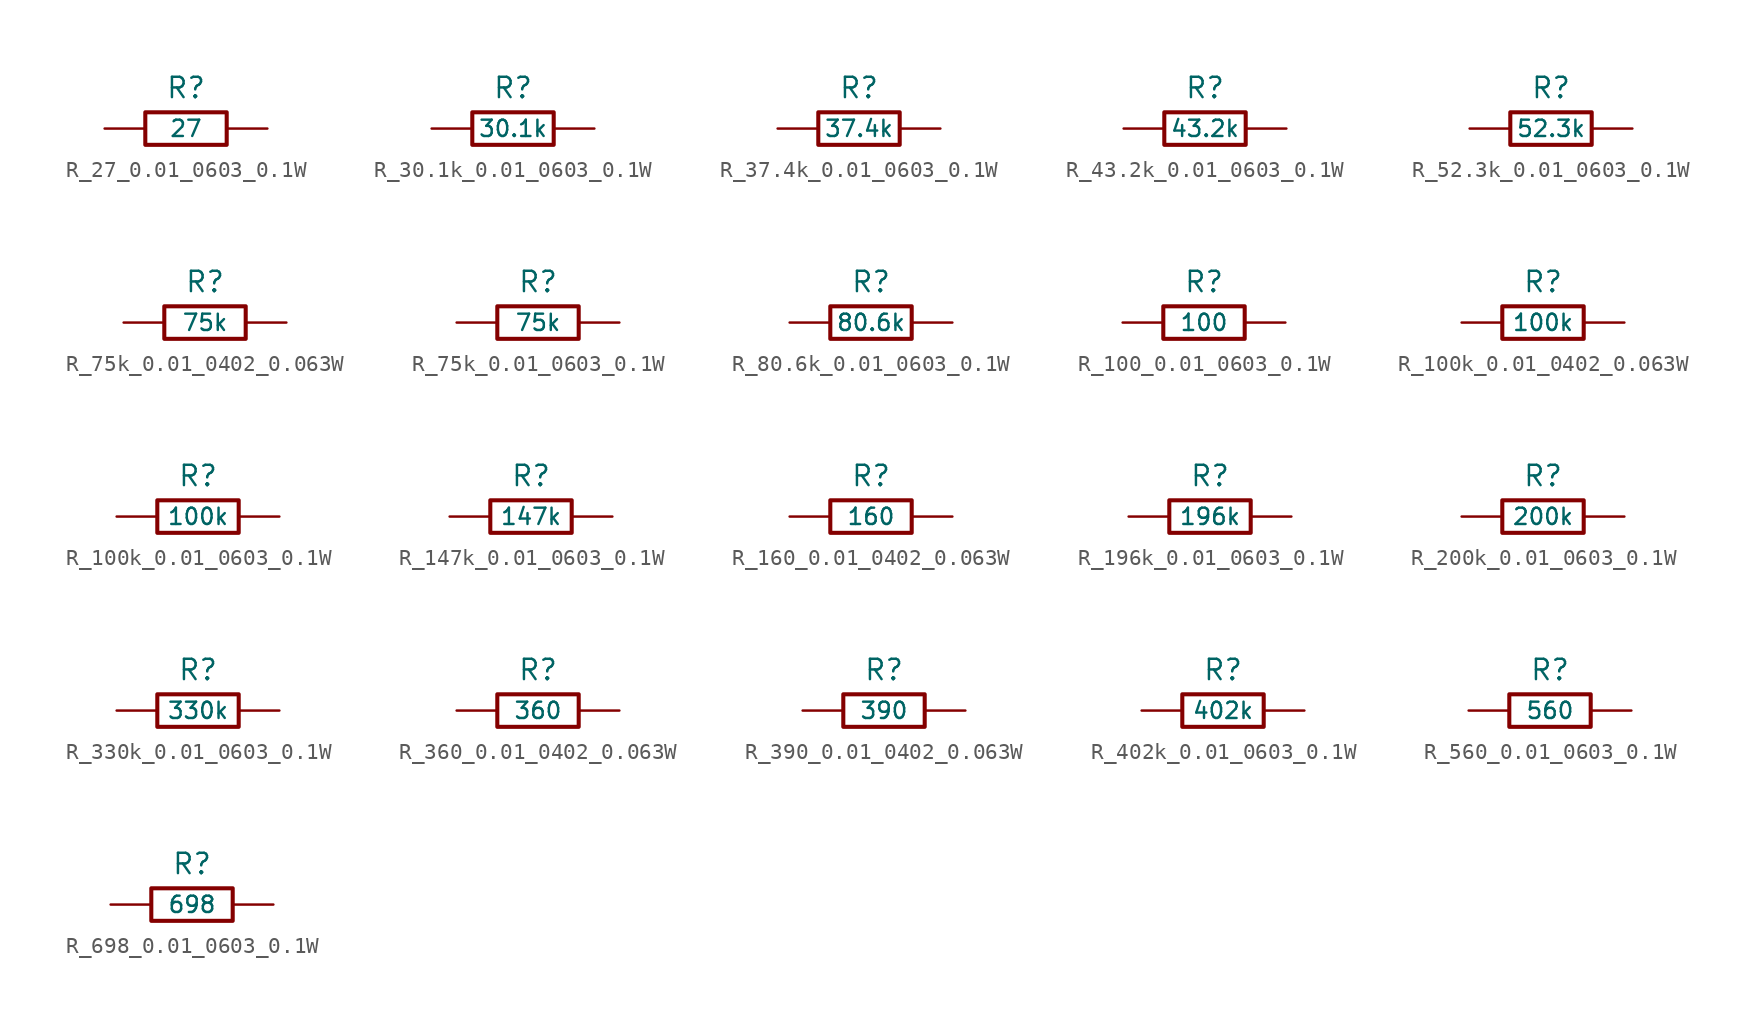
<source format=kicad_sym>
(kicad_symbol_lib
  (version 20241209)
  (generator "kicad_symbol_editor")
  (generator_version "9.0")
  (symbol "R_27_0.01_0603_0.1W"
    (pin_numbers
      (hide yes))
    (pin_names
      (offset 0))
    (property "Reference" "R"
      (at 0 2.54 0)
      (effects (font (size 1.27 1.27))))
    (property "Value" "27"
      (at 0 0 0)
      (effects (font (size 1.016 1.016))))
    (symbol "R_27_0.01_0603_0.1W_0_1"
      (rectangle (start -2.54 -1.016) (end 2.54 1.016) (stroke (width 0.254) (type default)) (fill (type none))))
    (symbol "R_27_0.01_0603_0.1W_1_1"
      (pin passive line (at -5.08 0 0) (length 2.54) (name "~" (effects (font (size 1.27 1.27)))) (number "1" (effects (font (size 1.27 1.27)))))
      (pin passive line (at 5.08 0 180) (length 2.54) (name "~" (effects (font (size 1.27 1.27)))) (number "2" (effects (font (size 1.27 1.27)))))))
  (symbol "R_30.1k_0.01_0603_0.1W"
    (pin_numbers
      (hide yes))
    (pin_names
      (offset 0))
    (property "Reference" "R"
      (at 0 2.54 0)
      (effects (font (size 1.27 1.27))))
    (property "Value" "30.1k"
      (at 0 0 0)
      (effects (font (size 1.016 1.016))))
    (symbol "R_30.1k_0.01_0603_0.1W_0_1"
      (rectangle (start -2.54 -1.016) (end 2.54 1.016) (stroke (width 0.254) (type default)) (fill (type none))))
    (symbol "R_30.1k_0.01_0603_0.1W_1_1"
      (pin passive line (at -5.08 0 0) (length 2.54) (name "~" (effects (font (size 1.27 1.27)))) (number "1" (effects (font (size 1.27 1.27)))))
      (pin passive line (at 5.08 0 180) (length 2.54) (name "~" (effects (font (size 1.27 1.27)))) (number "2" (effects (font (size 1.27 1.27)))))))
  (symbol "R_37.4k_0.01_0603_0.1W"
    (pin_numbers
      (hide yes))
    (pin_names
      (offset 0))
    (property "Reference" "R"
      (at 0 2.54 0)
      (effects (font (size 1.27 1.27))))
    (property "Value" "37.4k"
      (at 0 0 0)
      (effects (font (size 1.016 1.016))))
    (symbol "R_37.4k_0.01_0603_0.1W_0_1"
      (rectangle (start -2.54 -1.016) (end 2.54 1.016) (stroke (width 0.254) (type default)) (fill (type none))))
    (symbol "R_37.4k_0.01_0603_0.1W_1_1"
      (pin passive line (at -5.08 0 0) (length 2.54) (name "~" (effects (font (size 1.27 1.27)))) (number "1" (effects (font (size 1.27 1.27)))))
      (pin passive line (at 5.08 0 180) (length 2.54) (name "~" (effects (font (size 1.27 1.27)))) (number "2" (effects (font (size 1.27 1.27)))))))
  (symbol "R_43.2k_0.01_0603_0.1W"
    (pin_numbers
      (hide yes))
    (pin_names
      (offset 0))
    (property "Reference" "R"
      (at 0 2.54 0)
      (effects (font (size 1.27 1.27))))
    (property "Value" "43.2k"
      (at 0 0 0)
      (effects (font (size 1.016 1.016))))
    (symbol "R_43.2k_0.01_0603_0.1W_0_1"
      (rectangle (start -2.54 -1.016) (end 2.54 1.016) (stroke (width 0.254) (type default)) (fill (type none))))
    (symbol "R_43.2k_0.01_0603_0.1W_1_1"
      (pin passive line (at -5.08 0 0) (length 2.54) (name "~" (effects (font (size 1.27 1.27)))) (number "1" (effects (font (size 1.27 1.27)))))
      (pin passive line (at 5.08 0 180) (length 2.54) (name "~" (effects (font (size 1.27 1.27)))) (number "2" (effects (font (size 1.27 1.27)))))))
  (symbol "R_52.3k_0.01_0603_0.1W"
    (pin_numbers
      (hide yes))
    (pin_names
      (offset 0))
    (property "Reference" "R"
      (at 0 2.54 0)
      (effects (font (size 1.27 1.27))))
    (property "Value" "52.3k"
      (at 0 0 0)
      (effects (font (size 1.016 1.016))))
    (symbol "R_52.3k_0.01_0603_0.1W_0_1"
      (rectangle (start -2.54 -1.016) (end 2.54 1.016) (stroke (width 0.254) (type default)) (fill (type none))))
    (symbol "R_52.3k_0.01_0603_0.1W_1_1"
      (pin passive line (at -5.08 0 0) (length 2.54) (name "~" (effects (font (size 1.27 1.27)))) (number "1" (effects (font (size 1.27 1.27)))))
      (pin passive line (at 5.08 0 180) (length 2.54) (name "~" (effects (font (size 1.27 1.27)))) (number "2" (effects (font (size 1.27 1.27)))))))
  (symbol "R_75k_0.01_0402_0.063W"
    (pin_numbers
      (hide yes))
    (pin_names
      (offset 0))
    (property "Reference" "R"
      (at 0 2.54 0)
      (effects (font (size 1.27 1.27))))
    (property "Value" "75k"
      (at 0 0 0)
      (effects (font (size 1.016 1.016))))
    (symbol "R_75k_0.01_0402_0.063W_0_1"
      (rectangle (start -2.54 -1.016) (end 2.54 1.016) (stroke (width 0.254) (type default)) (fill (type none))))
    (symbol "R_75k_0.01_0402_0.063W_1_1"
      (pin passive line (at -5.08 0 0) (length 2.54) (name "~" (effects (font (size 1.27 1.27)))) (number "1" (effects (font (size 1.27 1.27)))))
      (pin passive line (at 5.08 0 180) (length 2.54) (name "~" (effects (font (size 1.27 1.27)))) (number "2" (effects (font (size 1.27 1.27)))))))
  (symbol "R_75k_0.01_0603_0.1W"
    (pin_numbers
      (hide yes))
    (pin_names
      (offset 0))
    (property "Reference" "R"
      (at 0 2.54 0)
      (effects (font (size 1.27 1.27))))
    (property "Value" "75k"
      (at 0 0 0)
      (effects (font (size 1.016 1.016))))
    (symbol "R_75k_0.01_0603_0.1W_0_1"
      (rectangle (start -2.54 -1.016) (end 2.54 1.016) (stroke (width 0.254) (type default)) (fill (type none))))
    (symbol "R_75k_0.01_0603_0.1W_1_1"
      (pin passive line (at -5.08 0 0) (length 2.54) (name "~" (effects (font (size 1.27 1.27)))) (number "1" (effects (font (size 1.27 1.27)))))
      (pin passive line (at 5.08 0 180) (length 2.54) (name "~" (effects (font (size 1.27 1.27)))) (number "2" (effects (font (size 1.27 1.27)))))))
  (symbol "R_80.6k_0.01_0603_0.1W"
    (pin_numbers
      (hide yes))
    (pin_names
      (offset 0))
    (property "Reference" "R"
      (at 0 2.54 0)
      (effects (font (size 1.27 1.27))))
    (property "Value" "80.6k"
      (at 0 0 0)
      (effects (font (size 1.016 1.016))))
    (symbol "R_80.6k_0.01_0603_0.1W_0_1"
      (rectangle (start -2.54 -1.016) (end 2.54 1.016) (stroke (width 0.254) (type default)) (fill (type none))))
    (symbol "R_80.6k_0.01_0603_0.1W_1_1"
      (pin passive line (at -5.08 0 0) (length 2.54) (name "~" (effects (font (size 1.27 1.27)))) (number "1" (effects (font (size 1.27 1.27)))))
      (pin passive line (at 5.08 0 180) (length 2.54) (name "~" (effects (font (size 1.27 1.27)))) (number "2" (effects (font (size 1.27 1.27)))))))
  (symbol "R_100_0.01_0603_0.1W"
    (pin_numbers
      (hide yes))
    (pin_names
      (offset 0))
    (property "Reference" "R"
      (at 0 2.54 0)
      (effects (font (size 1.27 1.27))))
    (property "Value" "100"
      (at 0 0 0)
      (effects (font (size 1.016 1.016))))
    (symbol "R_100_0.01_0603_0.1W_0_1"
      (rectangle (start -2.54 -1.016) (end 2.54 1.016) (stroke (width 0.254) (type default)) (fill (type none))))
    (symbol "R_100_0.01_0603_0.1W_1_1"
      (pin passive line (at -5.08 0 0) (length 2.54) (name "~" (effects (font (size 1.27 1.27)))) (number "1" (effects (font (size 1.27 1.27)))))
      (pin passive line (at 5.08 0 180) (length 2.54) (name "~" (effects (font (size 1.27 1.27)))) (number "2" (effects (font (size 1.27 1.27)))))))
  (symbol "R_100k_0.01_0402_0.063W"
    (pin_numbers
      (hide yes))
    (pin_names
      (offset 0))
    (property "Reference" "R"
      (at 0 2.54 0)
      (effects (font (size 1.27 1.27))))
    (property "Value" "100k"
      (at 0 0 0)
      (effects (font (size 1.016 1.016))))
    (symbol "R_100k_0.01_0402_0.063W_0_1"
      (rectangle (start -2.54 -1.016) (end 2.54 1.016) (stroke (width 0.254) (type default)) (fill (type none))))
    (symbol "R_100k_0.01_0402_0.063W_1_1"
      (pin passive line (at -5.08 0 0) (length 2.54) (name "~" (effects (font (size 1.27 1.27)))) (number "1" (effects (font (size 1.27 1.27)))))
      (pin passive line (at 5.08 0 180) (length 2.54) (name "~" (effects (font (size 1.27 1.27)))) (number "2" (effects (font (size 1.27 1.27)))))))
  (symbol "R_100k_0.01_0603_0.1W"
    (pin_numbers
      (hide yes))
    (pin_names
      (offset 0))
    (property "Reference" "R"
      (at 0 2.54 0)
      (effects (font (size 1.27 1.27))))
    (property "Value" "100k"
      (at 0 0 0)
      (effects (font (size 1.016 1.016))))
    (symbol "R_100k_0.01_0603_0.1W_0_1"
      (rectangle (start -2.54 -1.016) (end 2.54 1.016) (stroke (width 0.254) (type default)) (fill (type none))))
    (symbol "R_100k_0.01_0603_0.1W_1_1"
      (pin passive line (at -5.08 0 0) (length 2.54) (name "~" (effects (font (size 1.27 1.27)))) (number "1" (effects (font (size 1.27 1.27)))))
      (pin passive line (at 5.08 0 180) (length 2.54) (name "~" (effects (font (size 1.27 1.27)))) (number "2" (effects (font (size 1.27 1.27)))))))
  (symbol "R_147k_0.01_0603_0.1W"
    (pin_numbers
      (hide yes))
    (pin_names
      (offset 0))
    (property "Reference" "R"
      (at 0 2.54 0)
      (effects (font (size 1.27 1.27))))
    (property "Value" "147k"
      (at 0 0 0)
      (effects (font (size 1.016 1.016))))
    (symbol "R_147k_0.01_0603_0.1W_0_1"
      (rectangle (start -2.54 -1.016) (end 2.54 1.016) (stroke (width 0.254) (type default)) (fill (type none))))
    (symbol "R_147k_0.01_0603_0.1W_1_1"
      (pin passive line (at -5.08 0 0) (length 2.54) (name "~" (effects (font (size 1.27 1.27)))) (number "1" (effects (font (size 1.27 1.27)))))
      (pin passive line (at 5.08 0 180) (length 2.54) (name "~" (effects (font (size 1.27 1.27)))) (number "2" (effects (font (size 1.27 1.27)))))))
  (symbol "R_160_0.01_0402_0.063W"
    (pin_numbers
      (hide yes))
    (pin_names
      (offset 0))
    (property "Reference" "R"
      (at 0 2.54 0)
      (effects (font (size 1.27 1.27))))
    (property "Value" "160"
      (at 0 0 0)
      (effects (font (size 1.016 1.016))))
    (symbol "R_160_0.01_0402_0.063W_0_1"
      (rectangle (start -2.54 -1.016) (end 2.54 1.016) (stroke (width 0.254) (type default)) (fill (type none))))
    (symbol "R_160_0.01_0402_0.063W_1_1"
      (pin passive line (at -5.08 0 0) (length 2.54) (name "~" (effects (font (size 1.27 1.27)))) (number "1" (effects (font (size 1.27 1.27)))))
      (pin passive line (at 5.08 0 180) (length 2.54) (name "~" (effects (font (size 1.27 1.27)))) (number "2" (effects (font (size 1.27 1.27)))))))
  (symbol "R_196k_0.01_0603_0.1W"
    (pin_numbers
      (hide yes))
    (pin_names
      (offset 0))
    (property "Reference" "R"
      (at 0 2.54 0)
      (effects (font (size 1.27 1.27))))
    (property "Value" "196k"
      (at 0 0 0)
      (effects (font (size 1.016 1.016))))
    (symbol "R_196k_0.01_0603_0.1W_0_1"
      (rectangle (start -2.54 -1.016) (end 2.54 1.016) (stroke (width 0.254) (type default)) (fill (type none))))
    (symbol "R_196k_0.01_0603_0.1W_1_1"
      (pin passive line (at -5.08 0 0) (length 2.54) (name "~" (effects (font (size 1.27 1.27)))) (number "1" (effects (font (size 1.27 1.27)))))
      (pin passive line (at 5.08 0 180) (length 2.54) (name "~" (effects (font (size 1.27 1.27)))) (number "2" (effects (font (size 1.27 1.27)))))))
  (symbol "R_200k_0.01_0603_0.1W"
    (pin_numbers
      (hide yes))
    (pin_names
      (offset 0))
    (property "Reference" "R"
      (at 0 2.54 0)
      (effects (font (size 1.27 1.27))))
    (property "Value" "200k"
      (at 0 0 0)
      (effects (font (size 1.016 1.016))))
    (symbol "R_200k_0.01_0603_0.1W_0_1"
      (rectangle (start -2.54 -1.016) (end 2.54 1.016) (stroke (width 0.254) (type default)) (fill (type none))))
    (symbol "R_200k_0.01_0603_0.1W_1_1"
      (pin passive line (at -5.08 0 0) (length 2.54) (name "~" (effects (font (size 1.27 1.27)))) (number "1" (effects (font (size 1.27 1.27)))))
      (pin passive line (at 5.08 0 180) (length 2.54) (name "~" (effects (font (size 1.27 1.27)))) (number "2" (effects (font (size 1.27 1.27)))))))
  (symbol "R_330k_0.01_0603_0.1W"
    (pin_numbers
      (hide yes))
    (pin_names
      (offset 0))
    (property "Reference" "R"
      (at 0 2.54 0)
      (effects (font (size 1.27 1.27))))
    (property "Value" "330k"
      (at 0 0 0)
      (effects (font (size 1.016 1.016))))
    (symbol "R_330k_0.01_0603_0.1W_0_1"
      (rectangle (start -2.54 -1.016) (end 2.54 1.016) (stroke (width 0.254) (type default)) (fill (type none))))
    (symbol "R_330k_0.01_0603_0.1W_1_1"
      (pin passive line (at -5.08 0 0) (length 2.54) (name "~" (effects (font (size 1.27 1.27)))) (number "1" (effects (font (size 1.27 1.27)))))
      (pin passive line (at 5.08 0 180) (length 2.54) (name "~" (effects (font (size 1.27 1.27)))) (number "2" (effects (font (size 1.27 1.27)))))))
  (symbol "R_360_0.01_0402_0.063W"
    (pin_numbers
      (hide yes))
    (pin_names
      (offset 0))
    (property "Reference" "R"
      (at 0 2.54 0)
      (effects (font (size 1.27 1.27))))
    (property "Value" "360"
      (at 0 0 0)
      (effects (font (size 1.016 1.016))))
    (symbol "R_360_0.01_0402_0.063W_0_1"
      (rectangle (start -2.54 -1.016) (end 2.54 1.016) (stroke (width 0.254) (type default)) (fill (type none))))
    (symbol "R_360_0.01_0402_0.063W_1_1"
      (pin passive line (at -5.08 0 0) (length 2.54) (name "~" (effects (font (size 1.27 1.27)))) (number "1" (effects (font (size 1.27 1.27)))))
      (pin passive line (at 5.08 0 180) (length 2.54) (name "~" (effects (font (size 1.27 1.27)))) (number "2" (effects (font (size 1.27 1.27)))))))
  (symbol "R_390_0.01_0402_0.063W"
    (pin_numbers
      (hide yes))
    (pin_names
      (offset 0))
    (property "Reference" "R"
      (at 0 2.54 0)
      (effects (font (size 1.27 1.27))))
    (property "Value" "390"
      (at 0 0 0)
      (effects (font (size 1.016 1.016))))
    (symbol "R_390_0.01_0402_0.063W_0_1"
      (rectangle (start -2.54 -1.016) (end 2.54 1.016) (stroke (width 0.254) (type default)) (fill (type none))))
    (symbol "R_390_0.01_0402_0.063W_1_1"
      (pin passive line (at -5.08 0 0) (length 2.54) (name "~" (effects (font (size 1.27 1.27)))) (number "1" (effects (font (size 1.27 1.27)))))
      (pin passive line (at 5.08 0 180) (length 2.54) (name "~" (effects (font (size 1.27 1.27)))) (number "2" (effects (font (size 1.27 1.27)))))))
  (symbol "R_402k_0.01_0603_0.1W"
    (pin_numbers
      (hide yes))
    (pin_names
      (offset 0))
    (property "Reference" "R"
      (at 0 2.54 0)
      (effects (font (size 1.27 1.27))))
    (property "Value" "402k"
      (at 0 0 0)
      (effects (font (size 1.016 1.016))))
    (symbol "R_402k_0.01_0603_0.1W_0_1"
      (rectangle (start -2.54 -1.016) (end 2.54 1.016) (stroke (width 0.254) (type default)) (fill (type none))))
    (symbol "R_402k_0.01_0603_0.1W_1_1"
      (pin passive line (at -5.08 0 0) (length 2.54) (name "~" (effects (font (size 1.27 1.27)))) (number "1" (effects (font (size 1.27 1.27)))))
      (pin passive line (at 5.08 0 180) (length 2.54) (name "~" (effects (font (size 1.27 1.27)))) (number "2" (effects (font (size 1.27 1.27)))))))
  (symbol "R_560_0.01_0603_0.1W"
    (pin_numbers
      (hide yes))
    (pin_names
      (offset 0))
    (property "Reference" "R"
      (at 0 2.54 0)
      (effects (font (size 1.27 1.27))))
    (property "Value" "560"
      (at 0 0 0)
      (effects (font (size 1.016 1.016))))
    (symbol "R_560_0.01_0603_0.1W_0_1"
      (rectangle (start -2.54 -1.016) (end 2.54 1.016) (stroke (width 0.254) (type default)) (fill (type none))))
    (symbol "R_560_0.01_0603_0.1W_1_1"
      (pin passive line (at -5.08 0 0) (length 2.54) (name "~" (effects (font (size 1.27 1.27)))) (number "1" (effects (font (size 1.27 1.27)))))
      (pin passive line (at 5.08 0 180) (length 2.54) (name "~" (effects (font (size 1.27 1.27)))) (number "2" (effects (font (size 1.27 1.27)))))))
  (symbol "R_698_0.01_0603_0.1W"
    (pin_numbers
      (hide yes))
    (pin_names
      (offset 0))
    (property "Reference" "R"
      (at 0 2.54 0)
      (effects (font (size 1.27 1.27))))
    (property "Value" "698"
      (at 0 0 0)
      (effects (font (size 1.016 1.016))))
    (symbol "R_698_0.01_0603_0.1W_0_1"
      (rectangle (start -2.54 -1.016) (end 2.54 1.016) (stroke (width 0.254) (type default)) (fill (type none))))
    (symbol "R_698_0.01_0603_0.1W_1_1"
      (pin passive line (at -5.08 0 0) (length 2.54) (name "~" (effects (font (size 1.27 1.27)))) (number "1" (effects (font (size 1.27 1.27)))))
      (pin passive line (at 5.08 0 180) (length 2.54) (name "~" (effects (font (size 1.27 1.27)))) (number "2" (effects (font (size 1.27 1.27))))))))
</source>
